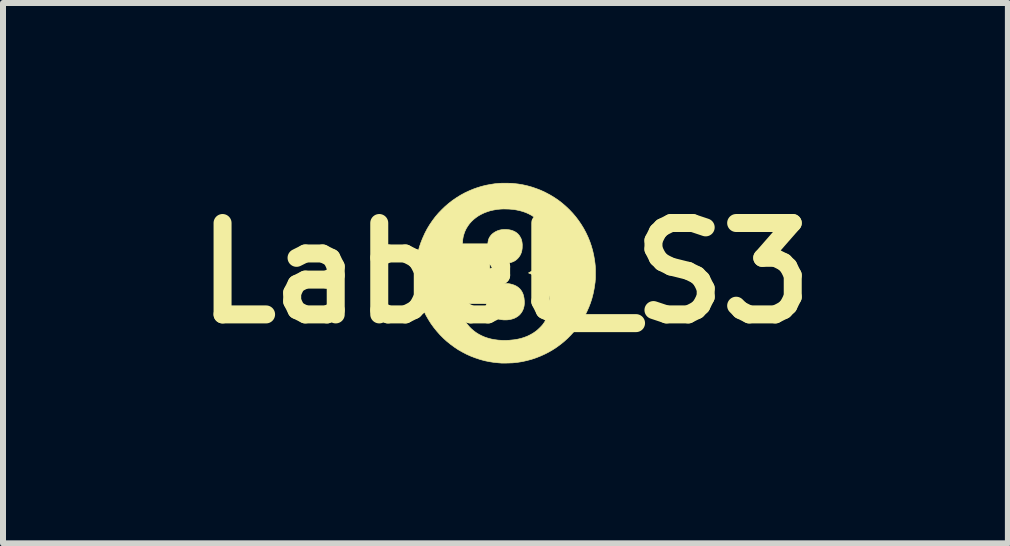
<source format=kicad_pcb>
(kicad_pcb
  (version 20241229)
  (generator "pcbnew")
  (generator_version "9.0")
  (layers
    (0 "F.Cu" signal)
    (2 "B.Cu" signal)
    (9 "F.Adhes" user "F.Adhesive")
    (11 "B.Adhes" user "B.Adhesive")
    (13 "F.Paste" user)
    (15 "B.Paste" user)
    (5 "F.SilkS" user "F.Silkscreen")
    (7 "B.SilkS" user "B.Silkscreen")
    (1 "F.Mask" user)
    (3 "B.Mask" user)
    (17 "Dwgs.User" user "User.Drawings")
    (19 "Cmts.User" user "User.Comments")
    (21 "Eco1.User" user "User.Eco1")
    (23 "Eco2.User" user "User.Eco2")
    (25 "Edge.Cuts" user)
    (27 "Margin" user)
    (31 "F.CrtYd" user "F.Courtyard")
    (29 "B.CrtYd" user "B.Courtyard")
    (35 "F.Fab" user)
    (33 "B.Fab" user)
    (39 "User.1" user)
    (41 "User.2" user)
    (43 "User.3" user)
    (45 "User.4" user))
  (footprint "Label_S3"
    (layer "F.Cu")
    (at 5.378 1.503)
    (property "Reference" "Label_S3" (at 0 0 0) (layer "F.SilkS") (effects (font (size 1.524 1.524) (thickness 0.3))))
    (attr through_hole)
    (fp_poly (pts (xy 0.014 -1.498) (xy 0.039 -1.498) (xy 0.063 -1.497) (xy 0.086 -1.497) (xy 0.107 -1.496) (xy 0.124 -1.495) (xy 0.13 -1.494) (xy 0.211 -1.485) (xy 0.289 -1.472) (xy 0.365 -1.455) (xy 0.44 -1.434) (xy 0.513 -1.409) (xy 0.586 -1.381) (xy 0.658 -1.348) (xy 0.679 -1.337) (xy 0.75 -1.299) (xy 0.819 -1.257) (xy 0.885 -1.212) (xy 0.948 -1.163) (xy 1.008 -1.111) (xy 1.065 -1.057) (xy 1.12 -0.999) (xy 1.171 -0.939) (xy 1.218 -0.877) (xy 1.263 -0.811) (xy 1.304 -0.744) (xy 1.341 -0.675) (xy 1.375 -0.603) (xy 1.405 -0.53) (xy 1.431 -0.454) (xy 1.453 -0.378) (xy 1.471 -0.299) (xy 1.485 -0.22) (xy 1.49 -0.182) (xy 1.493 -0.16) (xy 1.495 -0.14) (xy 1.497 -0.121) (xy 1.498 -0.103) (xy 1.499 -0.084) (xy 1.5 -0.064) (xy 1.5 -0.042) (xy 1.5 -0.016) (xy 1.5 0.001) (xy 1.5 0.029) (xy 1.5 0.053) (xy 1.5 0.074) (xy 1.499 0.093) (xy 1.498 0.112) (xy 1.496 0.13) (xy 1.495 0.15) (xy 1.492 0.17) (xy 1.49 0.184) (xy 1.478 0.264) (xy 1.462 0.343) (xy 1.442 0.421) (xy 1.418 0.496) (xy 1.389 0.571) (xy 1.357 0.643) (xy 1.322 0.714) (xy 1.283 0.782) (xy 1.24 0.848) (xy 1.194 0.912) (xy 1.144 0.973) (xy 1.091 1.032) (xy 1.036 1.088) (xy 0.977 1.141) (xy 0.915 1.191) (xy 0.851 1.238) (xy 0.783 1.282) (xy 0.713 1.322) (xy 0.664 1.347) (xy 0.59 1.381) (xy 0.515 1.411) (xy 0.438 1.437) (xy 0.36 1.458) (xy 0.28 1.476) (xy 0.199 1.489) (xy 0.132 1.496) (xy 0.122 1.497) (xy 0.108 1.498) (xy 0.091 1.498) (xy 0.072 1.499) (xy 0.052 1.5) (xy 0.031 1.5) (xy 0.011 1.501) (xy -0.009 1.501) (xy -0.028 1.501) (xy -0.045 1.501) (xy -0.058 1.501) (xy -0.069 1.501) (xy -0.072 1.5) (xy -0.078 1.5) (xy -0.088 1.499) (xy -0.099 1.498) (xy -0.112 1.497) (xy -0.115 1.497) (xy -0.193 1.489) (xy -0.271 1.477) (xy -0.348 1.461) (xy -0.425 1.44) (xy -0.5 1.415) (xy -0.574 1.387) (xy -0.646 1.355) (xy -0.717 1.318) (xy -0.786 1.279) (xy -0.852 1.235) (xy -0.916 1.188) (xy -0.978 1.138) (xy -1.032 1.089) (xy -1.09 1.031) (xy -1.144 0.97) (xy -1.195 0.907) (xy -1.242 0.842) (xy -1.285 0.774) (xy -1.325 0.704) (xy -1.36 0.632) (xy -1.392 0.558) (xy -1.41 0.51) (xy -0.742 0.51) (xy -0.742 0.532) (xy -0.741 0.567) (xy -0.736 0.604) (xy -0.73 0.641) (xy -0.721 0.679) (xy -0.71 0.714) (xy -0.702 0.735) (xy -0.683 0.778) (xy -0.66 0.819) (xy -0.634 0.857) (xy -0.603 0.894) (xy -0.574 0.924) (xy -0.534 0.959) (xy -0.492 0.991) (xy -0.447 1.019) (xy -0.399 1.044) (xy -0.349 1.066) (xy -0.296 1.084) (xy -0.241 1.099) (xy -0.183 1.11) (xy -0.123 1.118) (xy -0.061 1.122) (xy 0.003 1.123) (xy 0.07 1.12) (xy 0.085 1.118) (xy 0.147 1.112) (xy 0.205 1.102) (xy 0.261 1.089) (xy 0.314 1.072) (xy 0.364 1.053) (xy 0.413 1.029) (xy 0.459 1.003) (xy 0.504 0.972) (xy 0.509 0.968) (xy 0.521 0.959) (xy 0.534 0.948) (xy 0.549 0.934) (xy 0.564 0.92) (xy 0.579 0.905) (xy 0.593 0.891) (xy 0.605 0.878) (xy 0.616 0.866) (xy 0.619 0.862) (xy 0.647 0.823) (xy 0.672 0.781) (xy 0.692 0.738) (xy 0.709 0.692) (xy 0.722 0.644) (xy 0.732 0.593) (xy 0.732 0.591) (xy 0.734 0.579) (xy 0.735 0.565) (xy 0.736 0.547) (xy 0.736 0.528) (xy 0.737 0.508) (xy 0.737 0.488) (xy 0.736 0.468) (xy 0.736 0.45) (xy 0.735 0.434) (xy 0.734 0.421) (xy 0.734 0.415) (xy 0.724 0.366) (xy 0.712 0.319) (xy 0.696 0.276) (xy 0.676 0.235) (xy 0.653 0.197) (xy 0.627 0.162) (xy 0.598 0.129) (xy 0.571 0.105) (xy 0.539 0.079) (xy 0.504 0.056) (xy 0.465 0.034) (xy 0.425 0.015) (xy 0.388 0.000111) (xy 0.386 -0.001) (xy 0.385 -0.002) (xy 0.386 -0.004) (xy 0.39 -0.006) (xy 0.397 -0.01) (xy 0.407 -0.015) (xy 0.41 -0.017) (xy 0.452 -0.04) (xy 0.491 -0.067) (xy 0.528 -0.097) (xy 0.562 -0.128) (xy 0.593 -0.162) (xy 0.62 -0.198) (xy 0.644 -0.236) (xy 0.664 -0.275) (xy 0.68 -0.315) (xy 0.692 -0.356) (xy 0.693 -0.359) (xy 0.7 -0.394) (xy 0.703 -0.433) (xy 0.704 -0.473) (xy 0.703 -0.514) (xy 0.699 -0.556) (xy 0.692 -0.598) (xy 0.683 -0.638) (xy 0.671 -0.677) (xy 0.67 -0.681) (xy 0.663 -0.699) (xy 0.654 -0.72) (xy 0.643 -0.742) (xy 0.632 -0.763) (xy 0.621 -0.783) (xy 0.613 -0.795) (xy 0.584 -0.834) (xy 0.552 -0.87) (xy 0.517 -0.903) (xy 0.478 -0.933) (xy 0.437 -0.961) (xy 0.392 -0.985) (xy 0.344 -1.007) (xy 0.294 -1.025) (xy 0.241 -1.04) (xy 0.185 -1.052) (xy 0.151 -1.058) (xy 0.106 -1.063) (xy 0.06 -1.067) (xy 0.013 -1.068) (xy -0.034 -1.069) (xy -0.08 -1.067) (xy -0.123 -1.063) (xy -0.142 -1.061) (xy -0.199 -1.051) (xy -0.253 -1.039) (xy -0.306 -1.022) (xy -0.356 -1.003) (xy -0.404 -0.98) (xy -0.449 -0.955) (xy -0.491 -0.926) (xy -0.53 -0.895) (xy -0.566 -0.861) (xy -0.599 -0.824) (xy -0.602 -0.82) (xy -0.63 -0.781) (xy -0.655 -0.74) (xy -0.675 -0.698) (xy -0.691 -0.654) (xy -0.704 -0.609) (xy -0.712 -0.562) (xy -0.715 -0.518) (xy -0.717 -0.488) (xy -0.505 -0.488) (xy -0.294 -0.488) (xy -0.293 -0.504) (xy -0.288 -0.536) (xy -0.28 -0.566) (xy -0.268 -0.593) (xy -0.252 -0.617) (xy -0.233 -0.64) (xy -0.217 -0.655) (xy -0.189 -0.676) (xy -0.16 -0.693) (xy -0.129 -0.707) (xy -0.097 -0.717) (xy -0.061 -0.724) (xy -0.024 -0.727) (xy 0.016 -0.727) (xy 0.022 -0.726) (xy 0.06 -0.722) (xy 0.095 -0.715) (xy 0.127 -0.704) (xy 0.157 -0.69) (xy 0.184 -0.673) (xy 0.208 -0.652) (xy 0.229 -0.628) (xy 0.23 -0.627) (xy 0.246 -0.601) (xy 0.26 -0.574) (xy 0.27 -0.545) (xy 0.276 -0.514) (xy 0.28 -0.479) (xy 0.28 -0.455) (xy 0.279 -0.416) (xy 0.274 -0.38) (xy 0.266 -0.347) (xy 0.254 -0.316) (xy 0.239 -0.288) (xy 0.22 -0.261) (xy 0.204 -0.243) (xy 0.185 -0.225) (xy 0.164 -0.209) (xy 0.141 -0.196) (xy 0.116 -0.185) (xy 0.101 -0.18) (xy 0.091 -0.177) (xy 0.082 -0.174) (xy 0.073 -0.172) (xy 0.065 -0.169) (xy 0.056 -0.168) (xy 0.047 -0.166) (xy 0.037 -0.165) (xy 0.025 -0.164) (xy 0.011 -0.164) (xy -0.005 -0.163) (xy -0.023 -0.163) (xy -0.045 -0.162) (xy -0.07 -0.162) (xy -0.098 -0.162) (xy -0.116 -0.162) (xy -0.261 -0.161) (xy -0.261 0.17) (xy -0.12 0.171) (xy -0.09 0.171) (xy -0.064 0.171) (xy -0.042 0.171) (xy -0.023 0.172) (xy -0.006 0.172) (xy 0.008 0.173) (xy 0.02 0.173) (xy 0.03 0.174) (xy 0.04 0.175) (xy 0.049 0.176) (xy 0.057 0.177) (xy 0.066 0.179) (xy 0.075 0.18) (xy 0.079 0.181) (xy 0.117 0.191) (xy 0.151 0.203) (xy 0.182 0.218) (xy 0.21 0.237) (xy 0.235 0.258) (xy 0.256 0.283) (xy 0.274 0.31) (xy 0.289 0.34) (xy 0.3 0.373) (xy 0.308 0.409) (xy 0.31 0.422) (xy 0.314 0.463) (xy 0.315 0.501) (xy 0.312 0.537) (xy 0.308 0.56) (xy 0.299 0.593) (xy 0.286 0.625) (xy 0.269 0.654) (xy 0.249 0.681) (xy 0.23 0.701) (xy 0.204 0.722) (xy 0.175 0.74) (xy 0.144 0.755) (xy 0.11 0.766) (xy 0.074 0.775) (xy 0.034 0.78) (xy 0.012 0.781) (xy -0.029 0.781) (xy -0.068 0.777) (xy -0.105 0.77) (xy -0.14 0.758) (xy -0.17 0.745) (xy -0.2 0.727) (xy -0.227 0.707) (xy -0.251 0.685) (xy -0.272 0.66) (xy -0.289 0.633) (xy -0.303 0.604) (xy -0.31 0.581) (xy -0.313 0.57) (xy -0.315 0.557) (xy -0.317 0.544) (xy -0.319 0.531) (xy -0.32 0.52) (xy -0.32 0.514) (xy -0.321 0.513) (xy -0.322 0.512) (xy -0.324 0.512) (xy -0.328 0.512) (xy -0.333 0.511) (xy -0.34 0.511) (xy -0.349 0.511) (xy -0.361 0.511) (xy -0.375 0.51) (xy -0.393 0.51) (xy -0.413 0.51) (xy -0.437 0.51) (xy -0.464 0.51) (xy -0.495 0.51) (xy -0.531 0.51) (xy -0.742 0.51) (xy -1.41 0.51) (xy -1.42 0.483) (xy -1.444 0.405) (xy -1.464 0.326) (xy -1.479 0.246) (xy -1.491 0.164) (xy -1.494 0.13) (xy -1.496 0.113) (xy -1.497 0.091) (xy -1.498 0.067) (xy -1.498 0.041) (xy -1.498 0.014) (xy -1.498 -0.013) (xy -1.498 -0.04) (xy -1.498 -0.066) (xy -1.497 -0.09) (xy -1.496 -0.111) (xy -1.494 -0.129) (xy -1.494 -0.129) (xy -1.485 -0.208) (xy -1.472 -0.285) (xy -1.456 -0.36) (xy -1.436 -0.433) (xy -1.412 -0.504) (xy -1.384 -0.575) (xy -1.352 -0.646) (xy -1.342 -0.668) (xy -1.304 -0.74) (xy -1.262 -0.809) (xy -1.217 -0.875) (xy -1.169 -0.939) (xy -1.117 -1) (xy -1.062 -1.057) (xy -1.005 -1.112) (xy -0.944 -1.164) (xy -0.881 -1.213) (xy -0.815 -1.258) (xy -0.747 -1.3) (xy -0.677 -1.338) (xy -0.604 -1.372) (xy -0.529 -1.403) (xy -0.472 -1.423) (xy -0.401 -1.445) (xy -0.329 -1.463) (xy -0.255 -1.477) (xy -0.179 -1.489) (xy -0.115 -1.495) (xy -0.1 -1.496) (xy -0.082 -1.497) (xy -0.06 -1.498) (xy -0.037 -1.498) (xy -0.012 -1.498) (xy 0.014 -1.498)) (stroke (width 0.01) (type solid)) (fill yes) (layer "F.SilkS")))
  (gr_rect
    (start -3 -3)
    (end 13.755 6.009)
    (stroke (width 0.1) (type default))
    (fill no)
    (layer "Edge.Cuts")))
</source>
